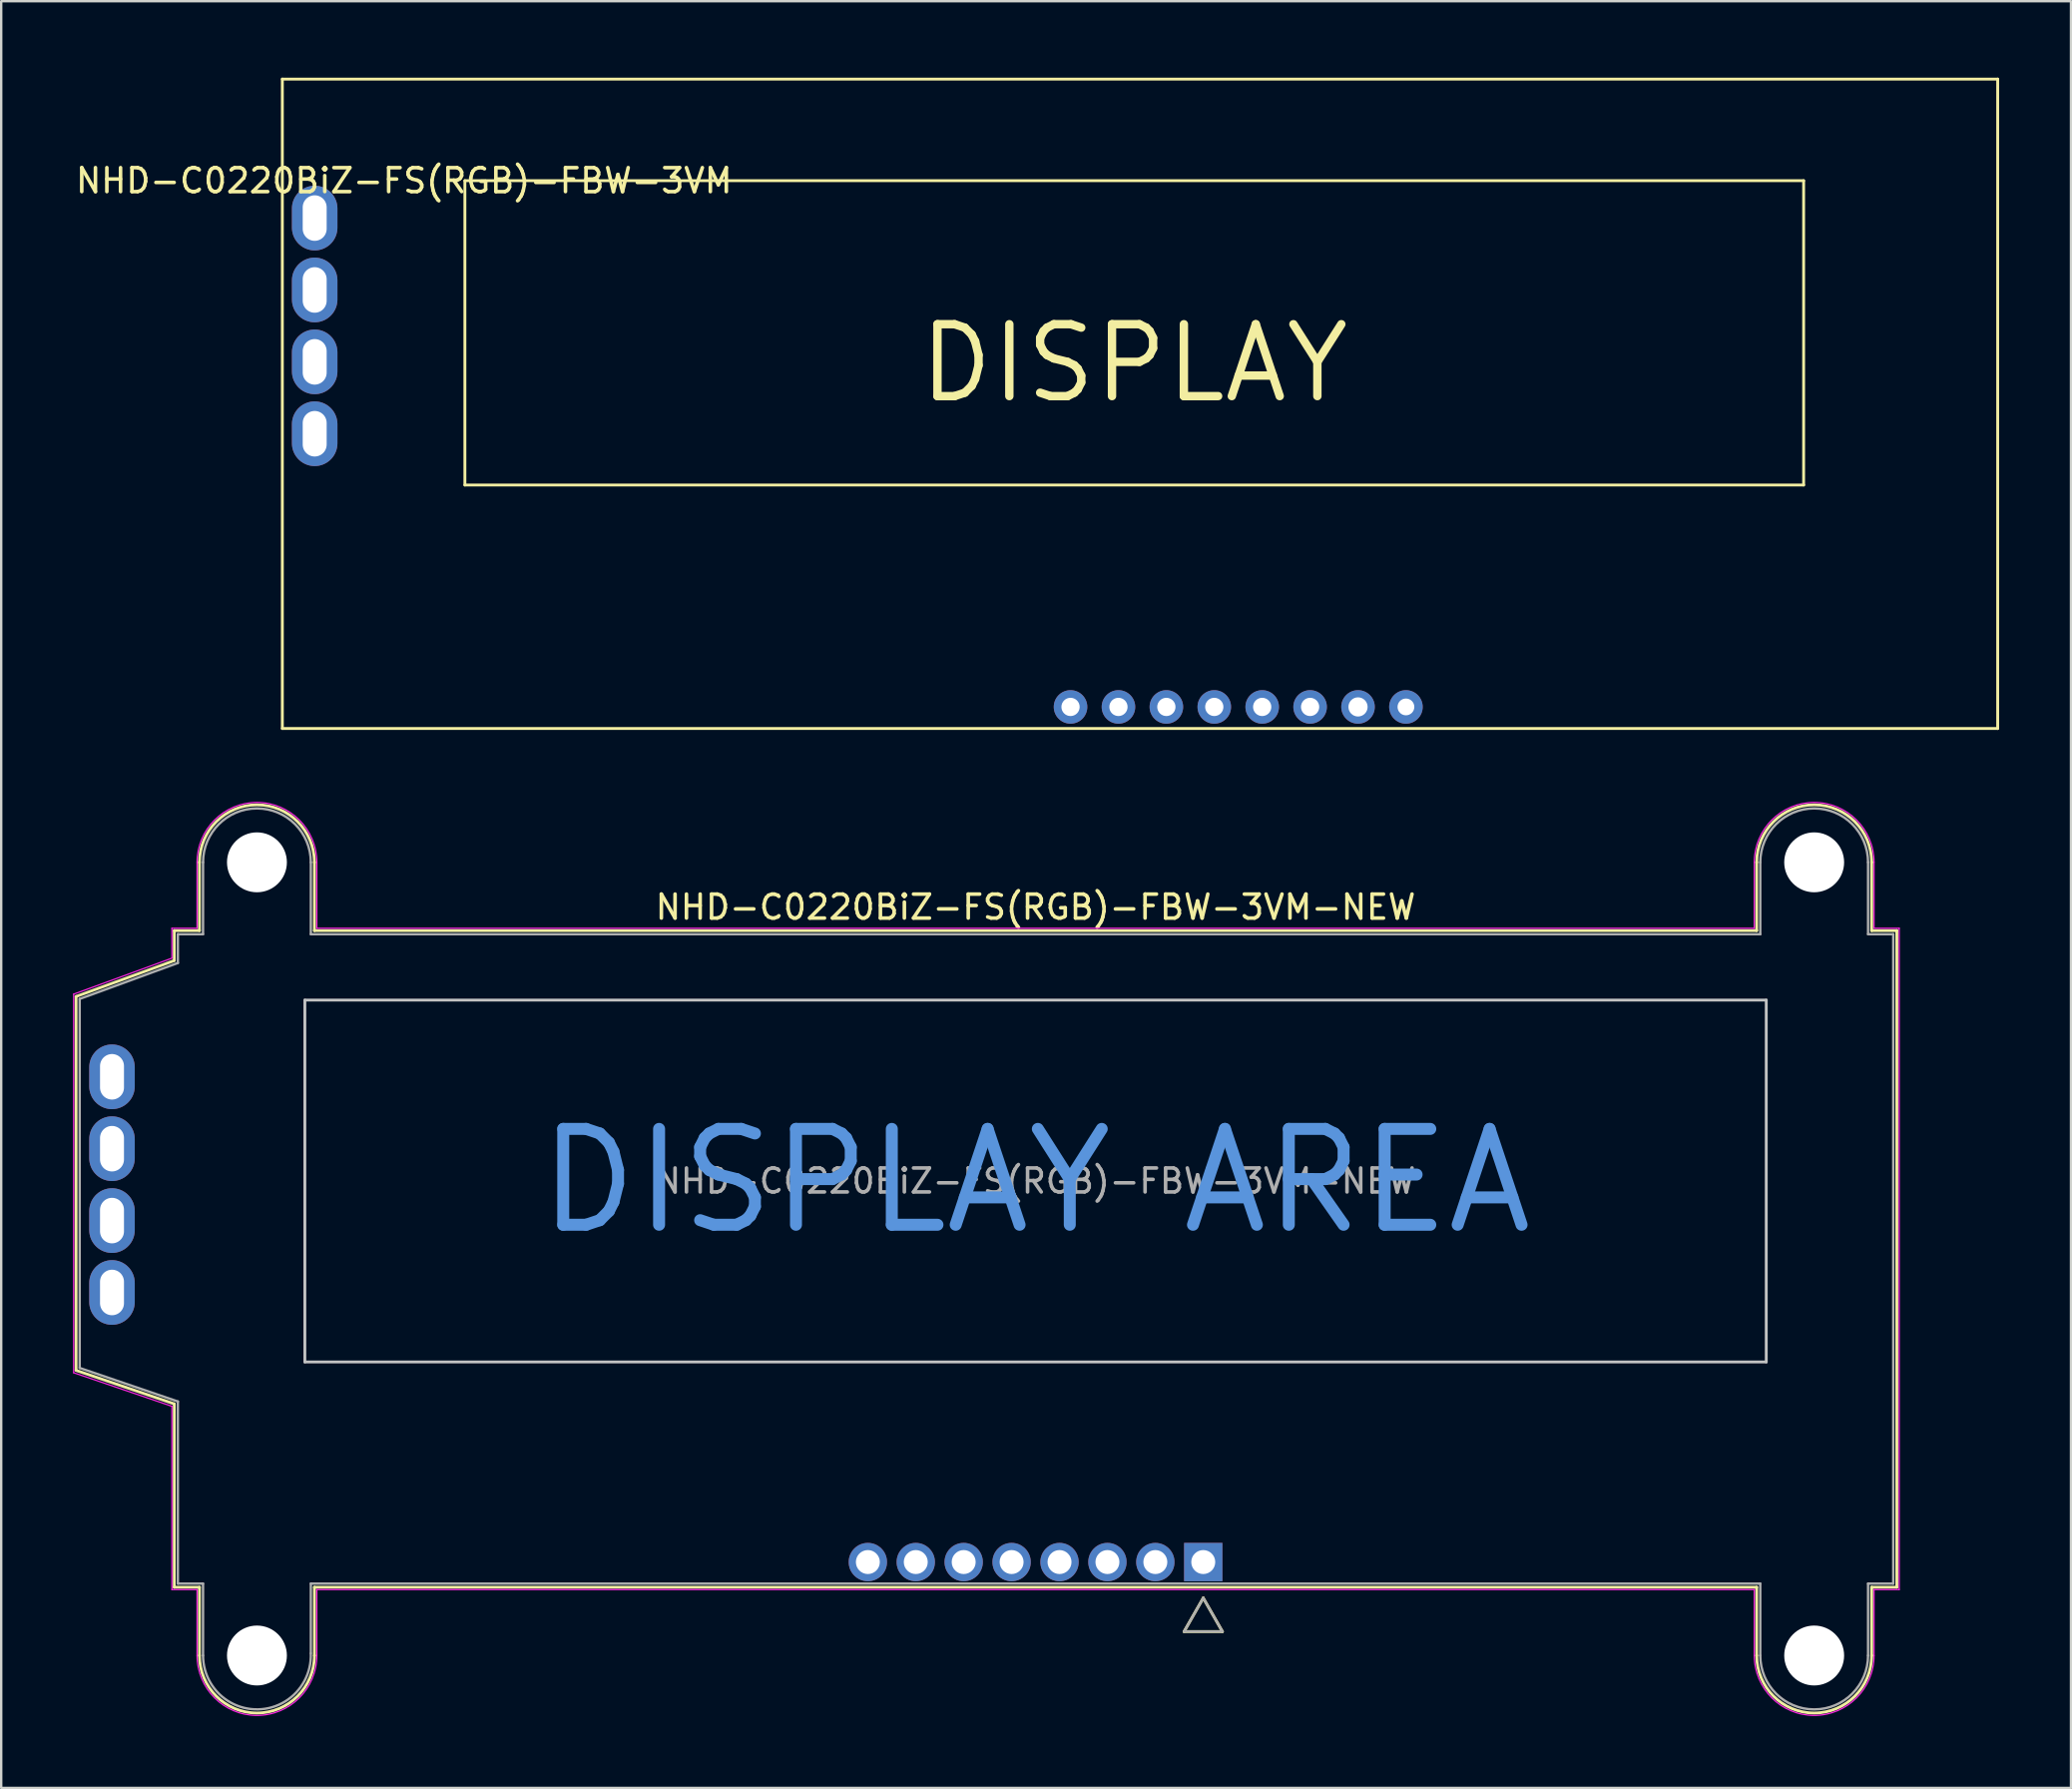
<source format=kicad_pcb>
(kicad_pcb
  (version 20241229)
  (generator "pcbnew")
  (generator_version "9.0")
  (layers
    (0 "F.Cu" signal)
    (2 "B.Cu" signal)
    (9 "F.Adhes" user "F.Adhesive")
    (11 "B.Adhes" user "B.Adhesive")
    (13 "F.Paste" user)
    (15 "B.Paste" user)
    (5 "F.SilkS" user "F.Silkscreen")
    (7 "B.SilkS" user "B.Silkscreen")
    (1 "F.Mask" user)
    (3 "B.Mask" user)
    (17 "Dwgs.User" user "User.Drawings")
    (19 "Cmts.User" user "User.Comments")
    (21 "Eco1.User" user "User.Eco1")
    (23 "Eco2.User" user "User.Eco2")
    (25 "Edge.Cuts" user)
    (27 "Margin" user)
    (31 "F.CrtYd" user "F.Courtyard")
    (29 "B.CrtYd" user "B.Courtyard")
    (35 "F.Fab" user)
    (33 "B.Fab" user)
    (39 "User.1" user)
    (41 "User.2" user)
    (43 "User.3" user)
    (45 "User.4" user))
  (footprint "NHD-C0220BiZ-FS(RGB)-FBW-3VM-NEW"
    (layer "F.Cu")
    (at 40.175 46.235)
    (property "Reference" "NHD-C0220BiZ-FS(RGB)-FBW-3VM-NEW" (at 0 -11.43 0) (layer "F.SilkS") (effects (font (size 1 1) (thickness 0.15))))
    (attr through_hole)
    (fp_line (start -40.05 -7.7) (end -40.05 7.9) (stroke (width 0.12) (type solid)) (layer "F.SilkS"))
    (fp_line (start -40.05 7.9) (end -35.95 9.3) (stroke (width 0.12) (type solid)) (layer "F.SilkS"))
    (fp_line (start -35.95 -10.45) (end -35.95 -9.2) (stroke (width 0.12) (type solid)) (layer "F.SilkS"))
    (fp_line (start -35.95 -9.2) (end -40.05 -7.7) (stroke (width 0.12) (type solid)) (layer "F.SilkS"))
    (fp_line (start -35.95 9.3) (end -35.95 16.95) (stroke (width 0.12) (type solid)) (layer "F.SilkS"))
    (fp_line (start -35.95 16.95) (end -34.9 16.95) (stroke (width 0.12) (type solid)) (layer "F.SilkS"))
    (fp_line (start -34.9 -13.3) (end -34.9 -10.45) (stroke (width 0.12) (type solid)) (layer "F.SilkS"))
    (fp_line (start -34.9 -10.45) (end -35.95 -10.45) (stroke (width 0.12) (type solid)) (layer "F.SilkS"))
    (fp_line (start -34.9 16.95) (end -34.9 19.8) (stroke (width 0.12) (type solid)) (layer "F.SilkS"))
    (fp_line (start -30.1 -10.45) (end -30.1 -13.3) (stroke (width 0.12) (type solid)) (layer "F.SilkS"))
    (fp_line (start -30.1 16.95) (end 30.1 16.95) (stroke (width 0.12) (type solid)) (layer "F.SilkS"))
    (fp_line (start -30.1 19.8) (end -30.1 16.95) (stroke (width 0.12) (type solid)) (layer "F.SilkS"))
    (fp_line (start 6.2 18.8) (end 7 17.4) (stroke (width 0.12) (type solid)) (layer "F.SilkS"))
    (fp_line (start 6.2 18.8) (end 7.8 18.8) (stroke (width 0.12) (type solid)) (layer "F.SilkS"))
    (fp_line (start 7 17.4) (end 7.8 18.8) (stroke (width 0.12) (type solid)) (layer "F.SilkS"))
    (fp_line (start 30.1 -13.3) (end 30.1 -10.45) (stroke (width 0.12) (type solid)) (layer "F.SilkS"))
    (fp_line (start 30.1 -10.45) (end -30.1 -10.45) (stroke (width 0.12) (type solid)) (layer "F.SilkS"))
    (fp_line (start 30.1 16.95) (end 30.1 19.8) (stroke (width 0.12) (type solid)) (layer "F.SilkS"))
    (fp_line (start 34.9 -10.45) (end 34.9 -13.3) (stroke (width 0.12) (type solid)) (layer "F.SilkS"))
    (fp_line (start 34.9 16.95) (end 35.95 16.95) (stroke (width 0.12) (type solid)) (layer "F.SilkS"))
    (fp_line (start 34.9 19.8) (end 34.9 16.95) (stroke (width 0.12) (type solid)) (layer "F.SilkS"))
    (fp_line (start 35.95 -10.45) (end 34.9 -10.45) (stroke (width 0.12) (type solid)) (layer "F.SilkS"))
    (fp_line (start 35.95 16.95) (end 35.95 -10.45) (stroke (width 0.12) (type solid)) (layer "F.SilkS"))
    (fp_arc (start -34.9 -13.3) (mid -32.5 -15.7) (end -30.1 -13.3) (stroke (width 0.12) (type solid)) (layer "F.SilkS"))
    (fp_arc (start -30.1 19.8) (mid -32.5 22.2) (end -34.9 19.8) (stroke (width 0.12) (type solid)) (layer "F.SilkS"))
    (fp_arc (start 30.1 -13.3) (mid 32.5 -15.7) (end 34.9 -13.3) (stroke (width 0.12) (type solid)) (layer "F.SilkS"))
    (fp_arc (start 34.9 19.8) (mid 32.5 22.2) (end 30.1 19.8) (stroke (width 0.12) (type solid)) (layer "F.SilkS"))
    (fp_line (start -30.5 -7.55) (end 30.5 -7.55) (stroke (width 0.12) (type solid)) (layer "Dwgs.User"))
    (fp_line (start -30.5 7.55) (end -30.5 -7.55) (stroke (width 0.12) (type solid)) (layer "Dwgs.User"))
    (fp_line (start 30.5 -7.55) (end 30.5 7.55) (stroke (width 0.12) (type solid)) (layer "Dwgs.User"))
    (fp_line (start 30.5 7.55) (end -30.5 7.55) (stroke (width 0.12) (type solid)) (layer "Dwgs.User"))
    (fp_line (start -40.15 -7.8) (end -36.05 -9.3) (stroke (width 0.05) (type solid)) (layer "F.CrtYd"))
    (fp_line (start -40.15 8) (end -40.15 -7.8) (stroke (width 0.05) (type solid)) (layer "F.CrtYd"))
    (fp_line (start -36.05 -10.55) (end -35 -10.55) (stroke (width 0.05) (type solid)) (layer "F.CrtYd"))
    (fp_line (start -36.05 -9.3) (end -36.05 -10.55) (stroke (width 0.05) (type solid)) (layer "F.CrtYd"))
    (fp_line (start -36.05 9.4) (end -40.15 8) (stroke (width 0.05) (type solid)) (layer "F.CrtYd"))
    (fp_line (start -36.05 17.05) (end -36.05 9.4) (stroke (width 0.05) (type solid)) (layer "F.CrtYd"))
    (fp_line (start -35 -10.55) (end -35 -13.3) (stroke (width 0.05) (type solid)) (layer "F.CrtYd"))
    (fp_line (start -35 17.05) (end -36.05 17.05) (stroke (width 0.05) (type solid)) (layer "F.CrtYd"))
    (fp_line (start -35 19.8) (end -35 17.05) (stroke (width 0.05) (type solid)) (layer "F.CrtYd"))
    (fp_line (start -30 -13.3) (end -30 -10.55) (stroke (width 0.05) (type solid)) (layer "F.CrtYd"))
    (fp_line (start -30 -10.55) (end 30 -10.55) (stroke (width 0.05) (type solid)) (layer "F.CrtYd"))
    (fp_line (start -30 17.05) (end -30 19.8) (stroke (width 0.05) (type solid)) (layer "F.CrtYd"))
    (fp_line (start 30 -10.55) (end 30 -13.3) (stroke (width 0.05) (type solid)) (layer "F.CrtYd"))
    (fp_line (start 30 17.05) (end -30 17.05) (stroke (width 0.05) (type solid)) (layer "F.CrtYd"))
    (fp_line (start 30 19.8) (end 30 17.05) (stroke (width 0.05) (type solid)) (layer "F.CrtYd"))
    (fp_line (start 35 -10.55) (end 35 -13.3) (stroke (width 0.05) (type solid)) (layer "F.CrtYd"))
    (fp_line (start 35 17.05) (end 35 19.8) (stroke (width 0.05) (type solid)) (layer "F.CrtYd"))
    (fp_line (start 36.05 -10.55) (end 35 -10.55) (stroke (width 0.05) (type solid)) (layer "F.CrtYd"))
    (fp_line (start 36.05 -10.55) (end 36.05 17.05) (stroke (width 0.05) (type solid)) (layer "F.CrtYd"))
    (fp_line (start 36.05 17.05) (end 35 17.05) (stroke (width 0.05) (type solid)) (layer "F.CrtYd"))
    (fp_arc (start -35 -13.3) (mid -32.5 -15.8) (end -30 -13.3) (stroke (width 0.05) (type solid)) (layer "F.CrtYd"))
    (fp_arc (start -30 19.8) (mid -32.5 22.3) (end -35 19.8) (stroke (width 0.05) (type solid)) (layer "F.CrtYd"))
    (fp_arc (start 30 -13.3) (mid 32.5 -15.8) (end 35 -13.3) (stroke (width 0.05) (type solid)) (layer "F.CrtYd"))
    (fp_arc (start 35 19.8) (mid 32.5 22.3) (end 30 19.8) (stroke (width 0.05) (type solid)) (layer "F.CrtYd"))
    (fp_line (start -39.9 -7.6) (end -35.8 -9.1) (stroke (width 0.1) (type solid)) (layer "F.Fab"))
    (fp_line (start -39.9 7.8) (end -39.9 -7.6) (stroke (width 0.1) (type solid)) (layer "F.Fab"))
    (fp_line (start -35.8 -10.3) (end -35.8 -9.1) (stroke (width 0.1) (type solid)) (layer "F.Fab"))
    (fp_line (start -35.8 -10.3) (end -34.75 -10.3) (stroke (width 0.1) (type solid)) (layer "F.Fab"))
    (fp_line (start -35.8 9.2) (end -39.9 7.8) (stroke (width 0.1) (type solid)) (layer "F.Fab"))
    (fp_line (start -35.8 9.2) (end -35.8 16.8) (stroke (width 0.1) (type solid)) (layer "F.Fab"))
    (fp_line (start -34.75 -10.3) (end -34.75 -13.3) (stroke (width 0.1) (type solid)) (layer "F.Fab"))
    (fp_line (start -34.75 16.8) (end -35.8 16.8) (stroke (width 0.1) (type solid)) (layer "F.Fab"))
    (fp_line (start -34.75 19.8) (end -34.75 16.8) (stroke (width 0.1) (type solid)) (layer "F.Fab"))
    (fp_line (start -30.25 -10.3) (end -30.25 -13.3) (stroke (width 0.1) (type solid)) (layer "F.Fab"))
    (fp_line (start -30.25 -10.3) (end 30.25 -10.3) (stroke (width 0.1) (type solid)) (layer "F.Fab"))
    (fp_line (start -30.25 16.8) (end -30.25 19.7) (stroke (width 0.1) (type solid)) (layer "F.Fab"))
    (fp_line (start -30.25 16.8) (end 30.25 16.8) (stroke (width 0.1) (type solid)) (layer "F.Fab"))
    (fp_line (start 6.2 18.8) (end 7.8 18.8) (stroke (width 0.1) (type solid)) (layer "F.Fab"))
    (fp_line (start 7 17.4) (end 6.2 18.8) (stroke (width 0.1) (type solid)) (layer "F.Fab"))
    (fp_line (start 7.8 18.8) (end 7 17.4) (stroke (width 0.1) (type solid)) (layer "F.Fab"))
    (fp_line (start 30.25 -10.3) (end 30.25 -13.3) (stroke (width 0.1) (type solid)) (layer "F.Fab"))
    (fp_line (start 30.25 19.8) (end 30.25 16.8) (stroke (width 0.1) (type solid)) (layer "F.Fab"))
    (fp_line (start 34.75 -13.3) (end 34.75 -10.3) (stroke (width 0.1) (type solid)) (layer "F.Fab"))
    (fp_line (start 34.75 -10.3) (end 35.8 -10.3) (stroke (width 0.1) (type solid)) (layer "F.Fab"))
    (fp_line (start 34.75 16.8) (end 34.75 19.8) (stroke (width 0.1) (type solid)) (layer "F.Fab"))
    (fp_line (start 35.8 -10.3) (end 35.8 16.8) (stroke (width 0.1) (type solid)) (layer "F.Fab"))
    (fp_line (start 35.8 16.8) (end 34.75 16.8) (stroke (width 0.1) (type solid)) (layer "F.Fab"))
    (fp_arc (start -34.75 -13.3) (mid -32.5 -15.55) (end -30.25 -13.3) (stroke (width 0.1) (type solid)) (layer "F.Fab"))
    (fp_arc (start -30.251542 19.716724) (mid -32.458355 22.049614) (end -34.75 19.8) (stroke (width 0.1) (type solid)) (layer "F.Fab"))
    (fp_arc (start 30.25 -13.3) (mid 32.5 -15.55) (end 34.75 -13.3) (stroke (width 0.1) (type solid)) (layer "F.Fab"))
    (fp_arc (start 34.75 19.8) (mid 32.5 22.05) (end 30.25 19.8) (stroke (width 0.1) (type solid)) (layer "F.Fab"))
    (fp_text user "DISPLAY AREA" (at 0 0 0) (layer "Cmts.User") (effects (font (size 4 4) (thickness 0.5))))
    (fp_text user "${REFERENCE}" (at 0 0 0) (layer "F.Fab") (effects (font (size 1 1) (thickness 0.15))))
    (pad "" np_thru_hole circle (at -32.5 -13.3) (size 2.5 2.5) (drill 2.5) (layers "*.Cu" "*.Mask"))
    (pad "" np_thru_hole circle (at -32.5 19.8) (size 2.5 2.5) (drill 2.5) (layers "*.Cu" "*.Mask"))
    (pad "" np_thru_hole circle (at 32.5 -13.3) (size 2.5 2.5) (drill 2.5) (layers "*.Cu" "*.Mask"))
    (pad "" np_thru_hole circle (at 32.5 19.8) (size 2.5 2.5) (drill 2.5) (layers "*.Cu" "*.Mask"))
    (pad "1" thru_hole rect (at 7 15.9) (size 1.6 1.6) (drill 1) (layers "*.Cu" "*.Mask"))
    (pad "2" thru_hole circle (at 5 15.9) (size 1.6 1.6) (drill 1) (layers "*.Cu" "*.Mask"))
    (pad "3" thru_hole circle (at 3 15.9) (size 1.6 1.6) (drill 1) (layers "*.Cu" "*.Mask"))
    (pad "4" thru_hole circle (at 1 15.9) (size 1.6 1.6) (drill 1) (layers "*.Cu" "*.Mask"))
    (pad "5" thru_hole circle (at -1 15.9) (size 1.6 1.6) (drill 1) (layers "*.Cu" "*.Mask"))
    (pad "6" thru_hole circle (at -3 15.9) (size 1.6 1.6) (drill 1) (layers "*.Cu" "*.Mask"))
    (pad "7" thru_hole circle (at -5 15.9) (size 1.6 1.6) (drill 1) (layers "*.Cu" "*.Mask"))
    (pad "8" thru_hole circle (at -7 15.9) (size 1.6 1.6) (drill 1) (layers "*.Cu" "*.Mask"))
    (pad "9" thru_hole oval (at -38.55 4.65) (size 1.9 2.7) (drill oval 1 1.9) (layers "*.Cu" "*.Mask"))
    (pad "10" thru_hole oval (at -38.55 1.65) (size 1.9 2.7) (drill oval 1 1.9) (layers "*.Cu" "*.Mask"))
    (pad "11" thru_hole oval (at -38.55 -1.35) (size 1.9 2.7) (drill oval 1 1.9) (layers "*.Cu" "*.Mask"))
    (pad "12" thru_hole oval (at -38.55 -4.35) (size 1.9 2.7) (drill oval 1 1.9) (layers "*.Cu" "*.Mask")))
  (footprint "NHD-C0220BiZ-FS(RGB)-FBW-3VM"
    (layer "F.Cu")
    (at 8.735 0.25)
    (property "Reference" "NHD-C0220BiZ-FS(RGB)-FBW-3VM" (at 5.08 4.24 0) (layer "F.SilkS") (effects (font (size 1 1) (thickness 0.15))))
    (attr through_hole)
    (fp_line (start 0 0) (end 0 27.1) (stroke (width 0.12) (type solid)) (layer "F.SilkS"))
    (fp_line (start 0 0) (end 71.6 0) (stroke (width 0.12) (type solid)) (layer "F.SilkS"))
    (fp_line (start 0 27.1) (end 71.6 27.1) (stroke (width 0.12) (type solid)) (layer "F.SilkS"))
    (fp_line (start 7.62 4.24) (end 7.62 16.94) (stroke (width 0.12) (type solid)) (layer "F.SilkS"))
    (fp_line (start 7.62 16.94) (end 63.5 16.94) (stroke (width 0.12) (type solid)) (layer "F.SilkS"))
    (fp_line (start 63.5 4.24) (end 7.62 4.24) (stroke (width 0.12) (type solid)) (layer "F.SilkS"))
    (fp_line (start 63.5 16.94) (end 63.5 4.24) (stroke (width 0.12) (type solid)) (layer "F.SilkS"))
    (fp_line (start 71.6 0) (end 71.6 27.1) (stroke (width 0.12) (type solid)) (layer "F.SilkS"))
    (fp_text user "DISPLAY" (at 35.56 11.86 0) (layer "F.SilkS") (effects (font (size 3 3) (thickness 0.35))))
    (pad "1" thru_hole circle (at 46.9 26.2) (size 1.4 1.4) (drill 0.7) (layers "*.Cu" "*.Mask"))
    (pad "2" thru_hole circle (at 44.9 26.2) (size 1.4 1.4) (drill 0.8) (layers "*.Cu" "*.Mask"))
    (pad "3" thru_hole circle (at 42.9 26.2) (size 1.4 1.4) (drill 0.762) (layers "*.Cu" "*.Mask"))
    (pad "4" thru_hole circle (at 40.9 26.2) (size 1.4 1.4) (drill 0.762) (layers "*.Cu" "*.Mask"))
    (pad "5" thru_hole circle (at 38.9 26.2) (size 1.4 1.4) (drill 0.762) (layers "*.Cu" "*.Mask"))
    (pad "6" thru_hole circle (at 36.9 26.2) (size 1.4 1.4) (drill 0.762) (layers "*.Cu" "*.Mask"))
    (pad "7" thru_hole circle (at 34.9 26.2) (size 1.4 1.4) (drill 0.762) (layers "*.Cu" "*.Mask"))
    (pad "8" thru_hole circle (at 32.9 26.2) (size 1.4 1.4) (drill 0.762) (layers "*.Cu" "*.Mask"))
    (pad "9" thru_hole oval (at 1.35 14.8) (size 1.9 2.7) (drill oval 1 1.9) (layers "*.Cu" "*.Mask"))
    (pad "10" thru_hole oval (at 1.35 11.8) (size 1.9 2.7) (drill oval 1 1.9) (layers "*.Cu" "*.Mask"))
    (pad "11" thru_hole oval (at 1.35 8.8) (size 1.9 2.7) (drill oval 1 1.9) (layers "*.Cu" "*.Mask"))
    (pad "12" thru_hole oval (at 1.35 5.8) (size 1.9 2.7) (drill oval 1 1.9) (layers "*.Cu" "*.Mask")))
  (gr_rect
    (start -3 -3)
    (end 83.395 71.56)
    (stroke (width 0.1) (type default))
    (fill no)
    (layer "Edge.Cuts")))
</source>
